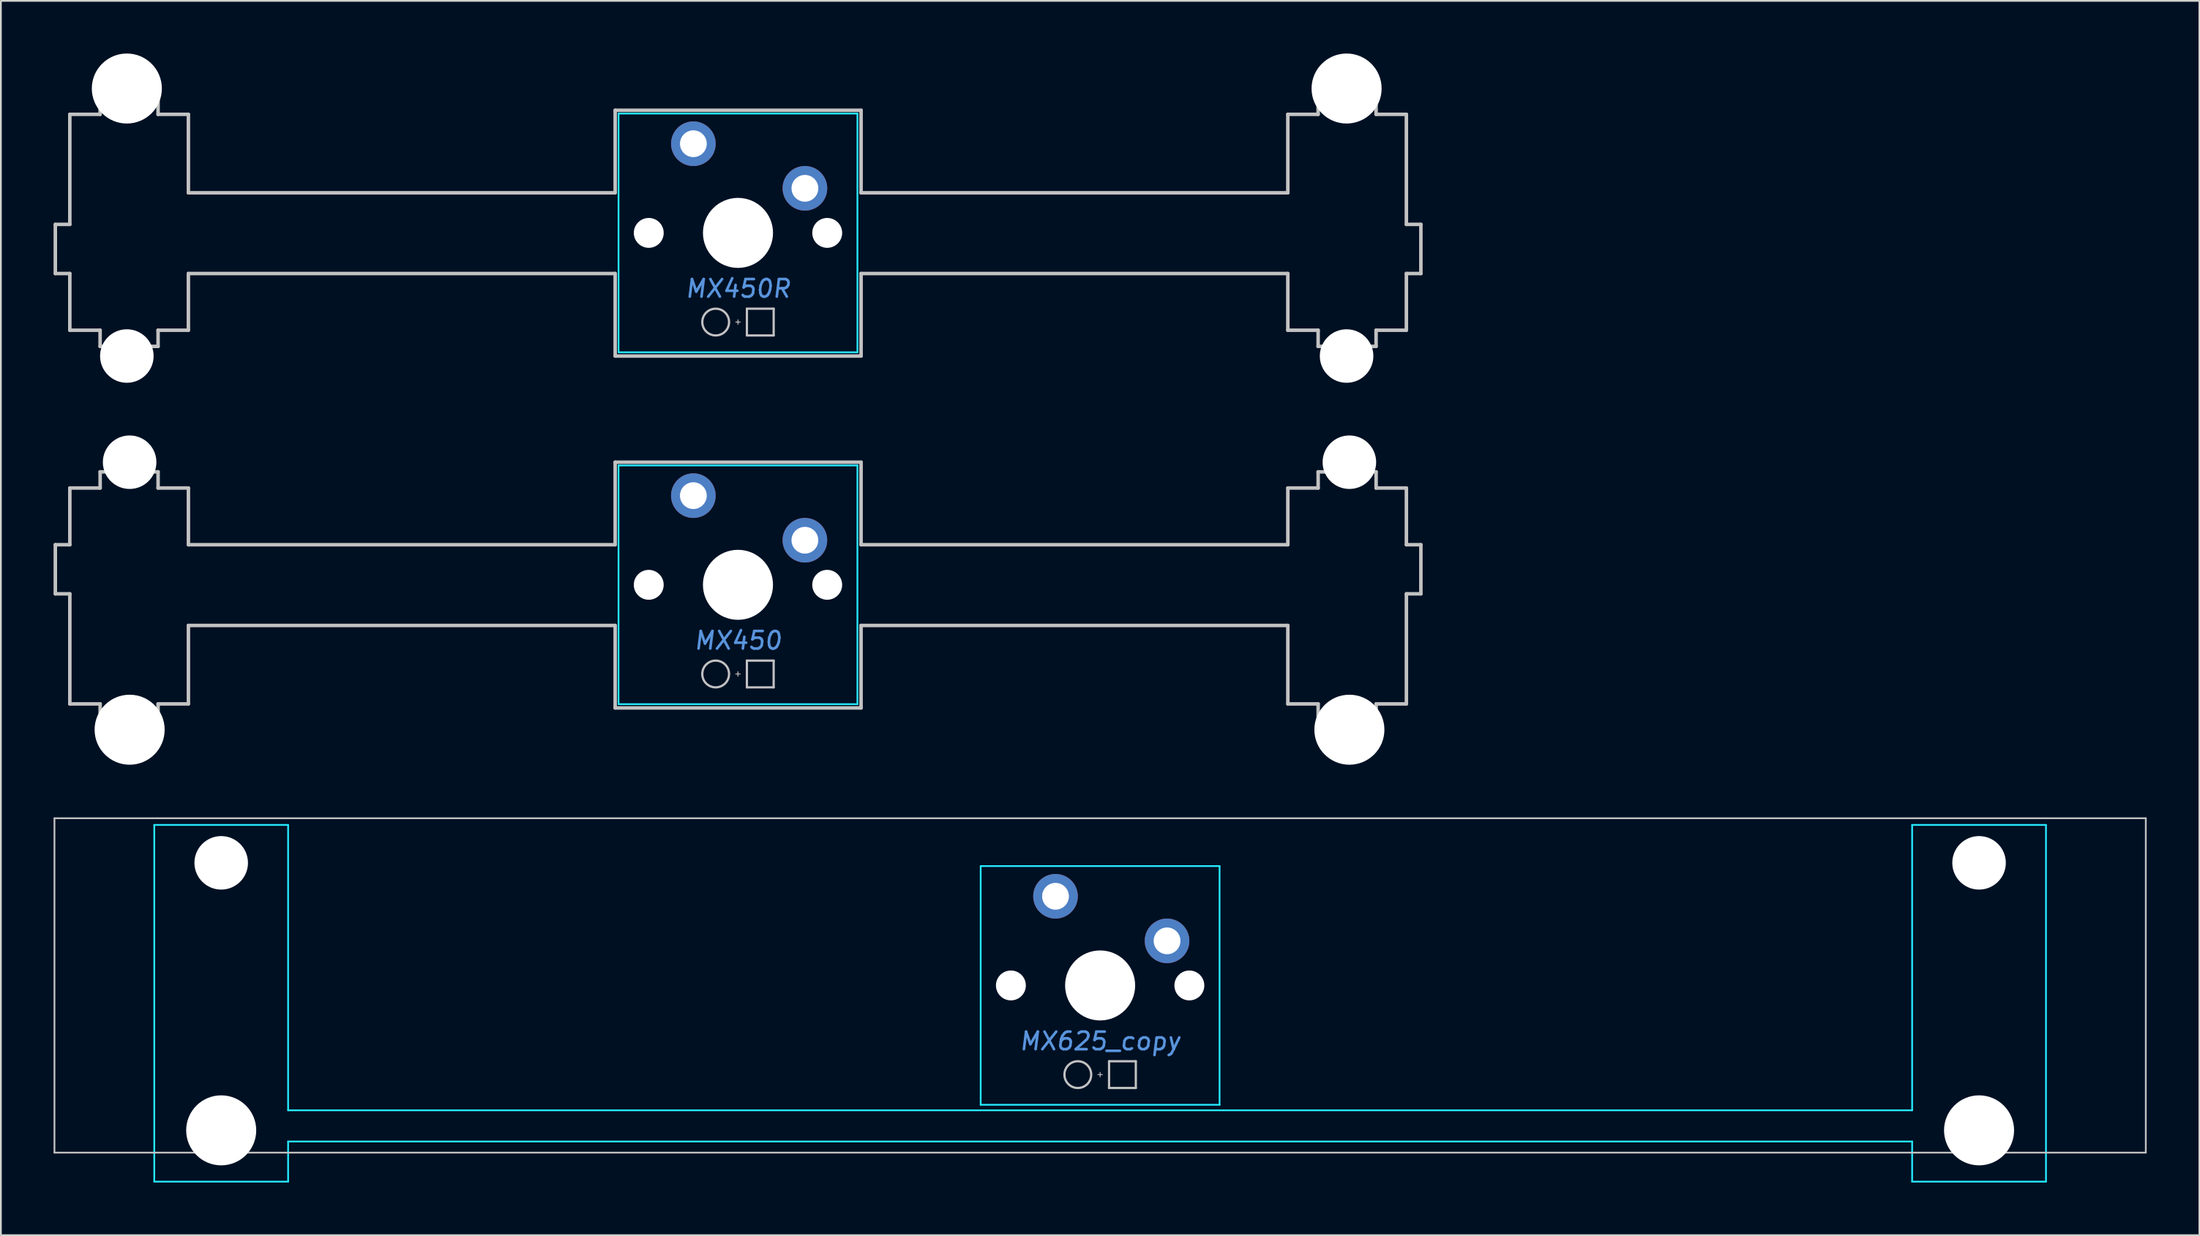
<source format=kicad_pcb>
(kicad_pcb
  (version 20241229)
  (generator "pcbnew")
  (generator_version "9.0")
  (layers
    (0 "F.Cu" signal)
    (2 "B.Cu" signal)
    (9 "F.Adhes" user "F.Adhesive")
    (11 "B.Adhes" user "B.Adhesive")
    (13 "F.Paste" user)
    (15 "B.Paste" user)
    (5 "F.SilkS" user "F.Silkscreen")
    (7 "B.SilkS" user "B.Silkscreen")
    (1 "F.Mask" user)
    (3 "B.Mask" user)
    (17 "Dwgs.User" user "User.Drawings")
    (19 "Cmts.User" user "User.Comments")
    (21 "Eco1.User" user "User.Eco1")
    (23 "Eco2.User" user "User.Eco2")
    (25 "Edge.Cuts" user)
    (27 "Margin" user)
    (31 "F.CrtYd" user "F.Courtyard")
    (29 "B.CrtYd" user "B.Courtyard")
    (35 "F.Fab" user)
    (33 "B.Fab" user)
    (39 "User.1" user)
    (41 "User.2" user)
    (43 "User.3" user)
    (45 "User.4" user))
  (footprint "MX450"
    (layer "F.Cu")
    (at 38.963 30.267)
    (property "Reference" "MX450" (at 0 3.175 0) (layer "Cmts.User") (effects (font (size 1 1) (thickness 0.15) (italic yes))))
    (attr through_hole)
    (fp_line (start -38.863 -2.284) (end -38.863 0.514) (stroke (width 0.2) (type solid)) (layer "Dwgs.User"))
    (fp_line (start -38.863 0.514) (end -38.037 0.514) (stroke (width 0.2) (type solid)) (layer "Dwgs.User"))
    (fp_line (start -38.037 -5.514) (end -38.037 -2.284) (stroke (width 0.2) (type solid)) (layer "Dwgs.User"))
    (fp_line (start -38.037 -2.284) (end -38.863 -2.284) (stroke (width 0.2) (type solid)) (layer "Dwgs.User"))
    (fp_line (start -38.037 0.514) (end -38.037 6.784) (stroke (width 0.2) (type solid)) (layer "Dwgs.User"))
    (fp_line (start -38.037 6.784) (end -36.312 6.784) (stroke (width 0.2) (type solid)) (layer "Dwgs.User"))
    (fp_line (start -36.312 -6.435) (end -36.312 -5.514) (stroke (width 0.2) (type solid)) (layer "Dwgs.User"))
    (fp_line (start -36.312 -5.514) (end -38.037 -5.514) (stroke (width 0.2) (type solid)) (layer "Dwgs.User"))
    (fp_line (start -36.312 6.784) (end -36.312 7.764) (stroke (width 0.2) (type solid)) (layer "Dwgs.User"))
    (fp_line (start -36.312 7.764) (end -33.013 7.764) (stroke (width 0.2) (type solid)) (layer "Dwgs.User"))
    (fp_line (start -33.013 -6.435) (end -36.312 -6.435) (stroke (width 0.2) (type solid)) (layer "Dwgs.User"))
    (fp_line (start -33.013 -5.514) (end -33.013 -6.435) (stroke (width 0.2) (type solid)) (layer "Dwgs.User"))
    (fp_line (start -33.013 6.784) (end -31.287 6.784) (stroke (width 0.2) (type solid)) (layer "Dwgs.User"))
    (fp_line (start -33.013 7.764) (end -33.013 6.784) (stroke (width 0.2) (type solid)) (layer "Dwgs.User"))
    (fp_line (start -31.287 -5.514) (end -33.013 -5.514) (stroke (width 0.2) (type solid)) (layer "Dwgs.User"))
    (fp_line (start -31.287 -2.284) (end -31.287 -5.514) (stroke (width 0.2) (type solid)) (layer "Dwgs.User"))
    (fp_line (start -31.287 2.315) (end -6.991 2.315) (stroke (width 0.2) (type solid)) (layer "Dwgs.User"))
    (fp_line (start -31.287 6.784) (end -31.287 2.315) (stroke (width 0.2) (type solid)) (layer "Dwgs.User"))
    (fp_line (start -6.991 -6.985) (end -6.991 -2.284) (stroke (width 0.2) (type solid)) (layer "Dwgs.User"))
    (fp_line (start -6.991 -2.284) (end -31.287 -2.284) (stroke (width 0.2) (type solid)) (layer "Dwgs.User"))
    (fp_line (start -6.991 2.315) (end -6.991 7.014) (stroke (width 0.2) (type solid)) (layer "Dwgs.User"))
    (fp_line (start -6.991 7.014) (end 7.008 7.014) (stroke (width 0.2) (type solid)) (layer "Dwgs.User"))
    (fp_line (start -0.127 5.08) (end 0.127 5.08) (stroke (width 0.051) (type solid)) (layer "Dwgs.User"))
    (fp_line (start 0 5.207) (end 0 4.953) (stroke (width 0.051) (type solid)) (layer "Dwgs.User"))
    (fp_line (start 0.508 4.318) (end 0.508 5.842) (stroke (width 0.127) (type solid)) (layer "Dwgs.User"))
    (fp_line (start 0.508 4.318) (end 2.032 4.318) (stroke (width 0.127) (type solid)) (layer "Dwgs.User"))
    (fp_line (start 0.508 5.842) (end 2.032 5.842) (stroke (width 0.127) (type solid)) (layer "Dwgs.User"))
    (fp_line (start 2.032 5.842) (end 2.032 4.318) (stroke (width 0.127) (type solid)) (layer "Dwgs.User"))
    (fp_line (start 7.008 -6.985) (end -6.991 -6.985) (stroke (width 0.2) (type solid)) (layer "Dwgs.User"))
    (fp_line (start 7.008 -2.284) (end 7.008 -6.985) (stroke (width 0.2) (type solid)) (layer "Dwgs.User"))
    (fp_line (start 7.008 2.315) (end 31.304 2.315) (stroke (width 0.2) (type solid)) (layer "Dwgs.User"))
    (fp_line (start 7.008 7.014) (end 7.008 2.315) (stroke (width 0.2) (type solid)) (layer "Dwgs.User"))
    (fp_line (start 31.304 -5.514) (end 31.304 -2.284) (stroke (width 0.2) (type solid)) (layer "Dwgs.User"))
    (fp_line (start 31.304 -2.284) (end 7.008 -2.284) (stroke (width 0.2) (type solid)) (layer "Dwgs.User"))
    (fp_line (start 31.304 2.315) (end 31.304 6.784) (stroke (width 0.2) (type solid)) (layer "Dwgs.User"))
    (fp_line (start 31.304 6.784) (end 33.03 6.784) (stroke (width 0.2) (type solid)) (layer "Dwgs.User"))
    (fp_line (start 33.03 -6.435) (end 33.03 -5.514) (stroke (width 0.2) (type solid)) (layer "Dwgs.User"))
    (fp_line (start 33.03 -5.514) (end 31.304 -5.514) (stroke (width 0.2) (type solid)) (layer "Dwgs.User"))
    (fp_line (start 33.03 6.784) (end 33.03 7.764) (stroke (width 0.2) (type solid)) (layer "Dwgs.User"))
    (fp_line (start 33.03 7.764) (end 36.33 7.764) (stroke (width 0.2) (type solid)) (layer "Dwgs.User"))
    (fp_line (start 36.33 -6.435) (end 33.03 -6.435) (stroke (width 0.2) (type solid)) (layer "Dwgs.User"))
    (fp_line (start 36.33 -5.514) (end 36.33 -6.435) (stroke (width 0.2) (type solid)) (layer "Dwgs.User"))
    (fp_line (start 36.33 6.784) (end 38.054 6.784) (stroke (width 0.2) (type solid)) (layer "Dwgs.User"))
    (fp_line (start 36.33 7.764) (end 36.33 6.784) (stroke (width 0.2) (type solid)) (layer "Dwgs.User"))
    (fp_line (start 38.054 -5.514) (end 36.33 -5.514) (stroke (width 0.2) (type solid)) (layer "Dwgs.User"))
    (fp_line (start 38.054 -2.284) (end 38.054 -5.514) (stroke (width 0.2) (type solid)) (layer "Dwgs.User"))
    (fp_line (start 38.054 0.514) (end 38.879 0.514) (stroke (width 0.2) (type solid)) (layer "Dwgs.User"))
    (fp_line (start 38.054 6.784) (end 38.054 0.514) (stroke (width 0.2) (type solid)) (layer "Dwgs.User"))
    (fp_line (start 38.879 -2.284) (end 38.054 -2.284) (stroke (width 0.2) (type solid)) (layer "Dwgs.User"))
    (fp_line (start 38.879 0.514) (end 38.879 -2.284) (stroke (width 0.2) (type solid)) (layer "Dwgs.User"))
    (fp_circle (center -1.27 5.08) (end -0.508 5.08) (stroke (width 0.127) (type solid)) (fill no) (layer "Dwgs.User"))
    (fp_line (start -6.8 -6.8) (end -6.8 6.8) (stroke (width 0.1) (type solid)) (layer "B.CrtYd"))
    (fp_line (start -6.8 -6.8) (end 6.8 -6.8) (stroke (width 0.1) (type solid)) (layer "B.CrtYd"))
    (fp_line (start -6.8 6.8) (end 6.8 6.8) (stroke (width 0.1) (type solid)) (layer "B.CrtYd"))
    (fp_line (start 6.8 6.8) (end 6.8 -6.8) (stroke (width 0.1) (type solid)) (layer "B.CrtYd"))
    (pad "" np_thru_hole circle (at -34.633 -6.985 180) (size 3.048 3.048) (drill 3.048) (layers "*.Cu" "*.Mask"))
    (pad "" np_thru_hole circle (at -34.633 8.255 180) (size 3.988 3.988) (drill 3.988) (layers "*.Cu" "*.Mask"))
    (pad "" np_thru_hole circle (at -5.08 0) (size 1.702 1.702) (drill 1.702) (layers "*.Cu" "*.Mask"))
    (pad "" connect circle (at -2.54 -5.08) (size 1.524 1.524) (layers "B.Mask"))
    (pad "" np_thru_hole circle (at 0 0) (size 3.988 3.988) (drill 3.988) (layers "*.Cu" "*.Mask"))
    (pad "" connect circle (at 3.81 -2.54) (size 1.524 1.524) (layers "B.Mask"))
    (pad "" np_thru_hole circle (at 5.08 0) (size 1.702 1.702) (drill 1.702) (layers "*.Cu" "*.Mask"))
    (pad "" np_thru_hole circle (at 34.808 -6.985 180) (size 3.048 3.048) (drill 3.048) (layers "*.Cu" "*.Mask"))
    (pad "" np_thru_hole circle (at 34.808 8.255 180) (size 3.988 3.988) (drill 3.988) (layers "*.Cu" "*.Mask"))
    (pad "1" thru_hole circle (at -2.54 -5.08) (size 2.54 2.54) (drill 1.524) (layers "*.Cu" "F.Mask"))
    (pad "2" thru_hole circle (at 3.81 -2.54) (size 2.54 2.54) (drill 1.524) (layers "*.Cu" "F.Mask")))
  (footprint "MX450R"
    (layer "F.Cu")
    (at 38.964 10.218)
    (property "Reference" "MX450R" (at 0 3.175 0) (layer "Cmts.User") (effects (font (size 1 1) (thickness 0.15) (italic yes))))
    (attr through_hole)
    (fp_line (start -38.864 -0.484) (end -38.864 2.315) (stroke (width 0.2) (type solid)) (layer "Dwgs.User"))
    (fp_line (start -38.864 2.315) (end -38.039 2.315) (stroke (width 0.2) (type solid)) (layer "Dwgs.User"))
    (fp_line (start -38.039 -6.754) (end -38.039 -0.484) (stroke (width 0.2) (type solid)) (layer "Dwgs.User"))
    (fp_line (start -38.039 -0.484) (end -38.864 -0.484) (stroke (width 0.2) (type solid)) (layer "Dwgs.User"))
    (fp_line (start -38.039 2.315) (end -38.039 5.545) (stroke (width 0.2) (type solid)) (layer "Dwgs.User"))
    (fp_line (start -38.039 5.545) (end -36.315 5.545) (stroke (width 0.2) (type solid)) (layer "Dwgs.User"))
    (fp_line (start -36.315 -7.734) (end -36.315 -6.754) (stroke (width 0.2) (type solid)) (layer "Dwgs.User"))
    (fp_line (start -36.315 -6.754) (end -38.039 -6.754) (stroke (width 0.2) (type solid)) (layer "Dwgs.User"))
    (fp_line (start -36.315 5.545) (end -36.315 6.466) (stroke (width 0.2) (type solid)) (layer "Dwgs.User"))
    (fp_line (start -36.315 6.466) (end -33.015 6.466) (stroke (width 0.2) (type solid)) (layer "Dwgs.User"))
    (fp_line (start -33.015 -7.734) (end -36.315 -7.734) (stroke (width 0.2) (type solid)) (layer "Dwgs.User"))
    (fp_line (start -33.015 -6.754) (end -33.015 -7.734) (stroke (width 0.2) (type solid)) (layer "Dwgs.User"))
    (fp_line (start -33.015 5.545) (end -31.289 5.545) (stroke (width 0.2) (type solid)) (layer "Dwgs.User"))
    (fp_line (start -33.015 6.466) (end -33.015 5.545) (stroke (width 0.2) (type solid)) (layer "Dwgs.User"))
    (fp_line (start -31.289 -6.754) (end -33.015 -6.754) (stroke (width 0.2) (type solid)) (layer "Dwgs.User"))
    (fp_line (start -31.289 -2.285) (end -31.289 -6.754) (stroke (width 0.2) (type solid)) (layer "Dwgs.User"))
    (fp_line (start -31.289 2.315) (end -6.993 2.315) (stroke (width 0.2) (type solid)) (layer "Dwgs.User"))
    (fp_line (start -31.289 5.545) (end -31.289 2.315) (stroke (width 0.2) (type solid)) (layer "Dwgs.User"))
    (fp_line (start -6.993 -2.285) (end -31.289 -2.285) (stroke (width 0.2) (type solid)) (layer "Dwgs.User"))
    (fp_line (start -6.991 -6.985) (end -6.991 -2.284) (stroke (width 0.2) (type solid)) (layer "Dwgs.User"))
    (fp_line (start -6.991 2.315) (end -6.991 7.014) (stroke (width 0.2) (type solid)) (layer "Dwgs.User"))
    (fp_line (start -6.991 7.014) (end 7.008 7.014) (stroke (width 0.2) (type solid)) (layer "Dwgs.User"))
    (fp_line (start -0.127 5.08) (end 0.127 5.08) (stroke (width 0.051) (type solid)) (layer "Dwgs.User"))
    (fp_line (start 0 5.207) (end 0 4.953) (stroke (width 0.051) (type solid)) (layer "Dwgs.User"))
    (fp_line (start 0.508 4.318) (end 0.508 5.842) (stroke (width 0.127) (type solid)) (layer "Dwgs.User"))
    (fp_line (start 0.508 4.318) (end 2.032 4.318) (stroke (width 0.127) (type solid)) (layer "Dwgs.User"))
    (fp_line (start 0.508 5.842) (end 2.032 5.842) (stroke (width 0.127) (type solid)) (layer "Dwgs.User"))
    (fp_line (start 2.032 5.842) (end 2.032 4.318) (stroke (width 0.127) (type solid)) (layer "Dwgs.User"))
    (fp_line (start 7.006 2.315) (end 31.302 2.315) (stroke (width 0.2) (type solid)) (layer "Dwgs.User"))
    (fp_line (start 7.008 -6.985) (end -6.991 -6.985) (stroke (width 0.2) (type solid)) (layer "Dwgs.User"))
    (fp_line (start 7.008 -2.284) (end 7.008 -6.985) (stroke (width 0.2) (type solid)) (layer "Dwgs.User"))
    (fp_line (start 7.008 7.014) (end 7.008 2.315) (stroke (width 0.2) (type solid)) (layer "Dwgs.User"))
    (fp_line (start 31.302 -6.754) (end 31.302 -2.285) (stroke (width 0.2) (type solid)) (layer "Dwgs.User"))
    (fp_line (start 31.302 -2.285) (end 7.006 -2.285) (stroke (width 0.2) (type solid)) (layer "Dwgs.User"))
    (fp_line (start 31.302 2.315) (end 31.302 5.545) (stroke (width 0.2) (type solid)) (layer "Dwgs.User"))
    (fp_line (start 31.302 5.545) (end 33.028 5.545) (stroke (width 0.2) (type solid)) (layer "Dwgs.User"))
    (fp_line (start 33.028 -7.734) (end 33.028 -6.754) (stroke (width 0.2) (type solid)) (layer "Dwgs.User"))
    (fp_line (start 33.028 -6.754) (end 31.302 -6.754) (stroke (width 0.2) (type solid)) (layer "Dwgs.User"))
    (fp_line (start 33.028 5.545) (end 33.028 6.466) (stroke (width 0.2) (type solid)) (layer "Dwgs.User"))
    (fp_line (start 33.028 6.466) (end 36.327 6.466) (stroke (width 0.2) (type solid)) (layer "Dwgs.User"))
    (fp_line (start 36.327 -7.734) (end 33.028 -7.734) (stroke (width 0.2) (type solid)) (layer "Dwgs.User"))
    (fp_line (start 36.327 -6.754) (end 36.327 -7.734) (stroke (width 0.2) (type solid)) (layer "Dwgs.User"))
    (fp_line (start 36.327 5.545) (end 38.052 5.545) (stroke (width 0.2) (type solid)) (layer "Dwgs.User"))
    (fp_line (start 36.327 6.466) (end 36.327 5.545) (stroke (width 0.2) (type solid)) (layer "Dwgs.User"))
    (fp_line (start 38.052 -6.754) (end 36.327 -6.754) (stroke (width 0.2) (type solid)) (layer "Dwgs.User"))
    (fp_line (start 38.052 -0.484) (end 38.052 -6.754) (stroke (width 0.2) (type solid)) (layer "Dwgs.User"))
    (fp_line (start 38.052 2.315) (end 38.878 2.315) (stroke (width 0.2) (type solid)) (layer "Dwgs.User"))
    (fp_line (start 38.052 5.545) (end 38.052 2.315) (stroke (width 0.2) (type solid)) (layer "Dwgs.User"))
    (fp_line (start 38.878 -0.484) (end 38.052 -0.484) (stroke (width 0.2) (type solid)) (layer "Dwgs.User"))
    (fp_line (start 38.878 2.315) (end 38.878 -0.484) (stroke (width 0.2) (type solid)) (layer "Dwgs.User"))
    (fp_circle (center -1.27 5.08) (end -0.508 5.08) (stroke (width 0.127) (type solid)) (fill no) (layer "Dwgs.User"))
    (fp_line (start -6.8 -6.8) (end -6.8 6.8) (stroke (width 0.1) (type solid)) (layer "B.CrtYd"))
    (fp_line (start -6.8 -6.8) (end 6.8 -6.8) (stroke (width 0.1) (type solid)) (layer "B.CrtYd"))
    (fp_line (start -6.8 6.8) (end 6.8 6.8) (stroke (width 0.1) (type solid)) (layer "B.CrtYd"))
    (fp_line (start 6.8 6.8) (end 6.8 -6.8) (stroke (width 0.1) (type solid)) (layer "B.CrtYd"))
    (pad "" np_thru_hole circle (at -34.793 -8.225) (size 3.988 3.988) (drill 3.988) (layers "*.Cu" "*.Mask"))
    (pad "" np_thru_hole circle (at -34.793 7.015) (size 3.048 3.048) (drill 3.048) (layers "*.Cu" "*.Mask"))
    (pad "" np_thru_hole circle (at -5.08 0) (size 1.702 1.702) (drill 1.702) (layers "*.Cu" "*.Mask"))
    (pad "" connect circle (at -2.54 -5.08) (size 1.524 1.524) (layers "B.Mask"))
    (pad "" np_thru_hole circle (at 0 0) (size 3.988 3.988) (drill 3.988) (layers "*.Cu" "*.Mask"))
    (pad "" connect circle (at 3.81 -2.54) (size 1.524 1.524) (layers "B.Mask"))
    (pad "" np_thru_hole circle (at 5.08 0) (size 1.702 1.702) (drill 1.702) (layers "*.Cu" "*.Mask"))
    (pad "" np_thru_hole circle (at 34.648 -8.225) (size 3.988 3.988) (drill 3.988) (layers "*.Cu" "*.Mask"))
    (pad "" np_thru_hole circle (at 34.648 7.015) (size 3.048 3.048) (drill 3.048) (layers "*.Cu" "*.Mask"))
    (pad "1" thru_hole circle (at -2.54 -5.08) (size 2.54 2.54) (drill 1.524) (layers "*.Cu" "F.Mask"))
    (pad "2" thru_hole circle (at 3.81 -2.54) (size 2.54 2.54) (drill 1.524) (layers "*.Cu" "F.Mask")))
  (footprint "MX625_copy"
    (layer "F.Cu")
    (at 59.581 53.091)
    (property "Reference" "MX625_copy" (at 0 3.175 0) (layer "Cmts.User") (effects (font (size 1 1) (thickness 0.15) (italic yes))))
    (attr through_hole)
    (fp_line (start -59.531 -9.525) (end -59.531 9.525) (stroke (width 0.1) (type solid)) (layer "Dwgs.User"))
    (fp_line (start -59.531 -9.525) (end 59.531 -9.525) (stroke (width 0.1) (type solid)) (layer "Dwgs.User"))
    (fp_line (start -59.531 9.525) (end 59.531 9.525) (stroke (width 0.1) (type solid)) (layer "Dwgs.User"))
    (fp_line (start -0.127 5.08) (end 0.127 5.08) (stroke (width 0.051) (type solid)) (layer "Dwgs.User"))
    (fp_line (start 0 5.207) (end 0 4.953) (stroke (width 0.051) (type solid)) (layer "Dwgs.User"))
    (fp_line (start 0.508 4.318) (end 0.508 5.842) (stroke (width 0.127) (type solid)) (layer "Dwgs.User"))
    (fp_line (start 0.508 4.318) (end 2.032 4.318) (stroke (width 0.127) (type solid)) (layer "Dwgs.User"))
    (fp_line (start 0.508 5.842) (end 2.032 5.842) (stroke (width 0.127) (type solid)) (layer "Dwgs.User"))
    (fp_line (start 2.032 5.842) (end 2.032 4.318) (stroke (width 0.127) (type solid)) (layer "Dwgs.User"))
    (fp_line (start 59.531 -9.525) (end 59.531 9.525) (stroke (width 0.1) (type solid)) (layer "Dwgs.User"))
    (fp_circle (center -1.27 5.08) (end -0.508 5.08) (stroke (width 0.127) (type solid)) (fill no) (layer "Dwgs.User"))
    (fp_line (start -53.848 -9.144) (end -53.848 11.176) (stroke (width 0.1) (type solid)) (layer "B.CrtYd"))
    (fp_line (start -53.848 -9.144) (end -46.228 -9.144) (stroke (width 0.1) (type solid)) (layer "B.CrtYd"))
    (fp_line (start -53.848 11.176) (end -46.228 11.176) (stroke (width 0.1) (type solid)) (layer "B.CrtYd"))
    (fp_line (start -46.228 7.112) (end -46.228 -9.144) (stroke (width 0.1) (type solid)) (layer "B.CrtYd"))
    (fp_line (start -46.228 7.112) (end 46.228 7.112) (stroke (width 0.1) (type solid)) (layer "B.CrtYd"))
    (fp_line (start -46.228 8.89) (end -46.228 11.176) (stroke (width 0.1) (type solid)) (layer "B.CrtYd"))
    (fp_line (start -46.228 8.89) (end 46.228 8.89) (stroke (width 0.1) (type solid)) (layer "B.CrtYd"))
    (fp_line (start -6.8 -6.8) (end -6.8 6.8) (stroke (width 0.1) (type solid)) (layer "B.CrtYd"))
    (fp_line (start -6.8 -6.8) (end 6.8 -6.8) (stroke (width 0.1) (type solid)) (layer "B.CrtYd"))
    (fp_line (start -6.8 6.8) (end 6.8 6.8) (stroke (width 0.1) (type solid)) (layer "B.CrtYd"))
    (fp_line (start 6.8 6.8) (end 6.8 -6.8) (stroke (width 0.1) (type solid)) (layer "B.CrtYd"))
    (fp_line (start 46.228 -9.144) (end 53.848 -9.144) (stroke (width 0.1) (type solid)) (layer "B.CrtYd"))
    (fp_line (start 46.228 7.112) (end 46.228 -9.144) (stroke (width 0.1) (type solid)) (layer "B.CrtYd"))
    (fp_line (start 46.228 8.89) (end 46.228 11.176) (stroke (width 0.1) (type solid)) (layer "B.CrtYd"))
    (fp_line (start 46.228 11.176) (end 53.848 11.176) (stroke (width 0.1) (type solid)) (layer "B.CrtYd"))
    (fp_line (start 53.848 -9.144) (end 53.848 11.176) (stroke (width 0.1) (type solid)) (layer "B.CrtYd"))
    (pad "" np_thru_hole circle (at -50.038 -6.985 180) (size 3.048 3.048) (drill 3.048) (layers "*.Cu" "*.Mask"))
    (pad "" np_thru_hole circle (at -50.038 8.255 180) (size 3.988 3.988) (drill 3.988) (layers "*.Cu" "*.Mask"))
    (pad "" np_thru_hole circle (at -5.08 0) (size 1.702 1.702) (drill 1.702) (layers "*.Cu" "*.Mask"))
    (pad "" connect circle (at -2.54 -5.08) (size 1.524 1.524) (layers "B.Mask"))
    (pad "" np_thru_hole circle (at 0 0) (size 3.988 3.988) (drill 3.988) (layers "*.Cu" "*.Mask"))
    (pad "" connect circle (at 3.81 -2.54) (size 1.524 1.524) (layers "B.Mask"))
    (pad "" np_thru_hole circle (at 5.08 0) (size 1.702 1.702) (drill 1.702) (layers "*.Cu" "*.Mask"))
    (pad "" np_thru_hole circle (at 50.038 -6.985 180) (size 3.048 3.048) (drill 3.048) (layers "*.Cu" "*.Mask"))
    (pad "" np_thru_hole circle (at 50.038 8.255 180) (size 3.988 3.988) (drill 3.988) (layers "*.Cu" "*.Mask"))
    (pad "1" thru_hole circle (at -2.54 -5.08) (size 2.54 2.54) (drill 1.524) (layers "*.Cu" "F.Mask"))
    (pad "2" thru_hole circle (at 3.81 -2.54) (size 2.54 2.54) (drill 1.524) (layers "*.Cu" "F.Mask")))
  (gr_rect
    (start -3 -3)
    (end 122.162 67.317)
    (stroke (width 0.1) (type default))
    (fill no)
    (layer "Edge.Cuts")))
</source>
